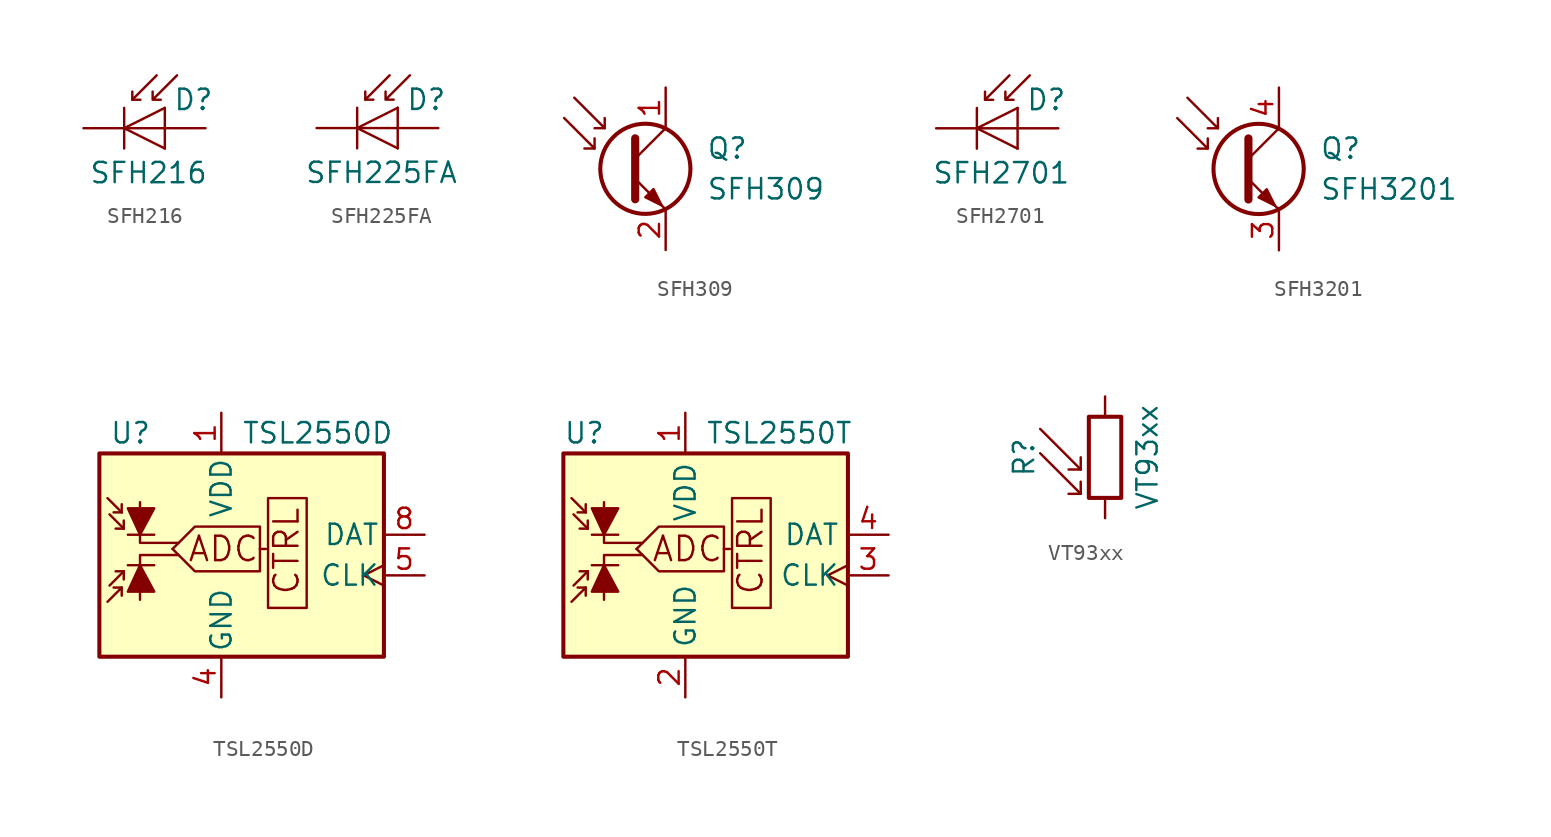
<source format=kicad_sym>
(kicad_symbol_lib
  (version 20241209)
  (generator "kicad_symbol_editor")
  (generator_version "9.0")
  (symbol "SFH216"
    (pin_numbers
      (hide yes))
    (pin_names
      (hide yes))
    (property "Reference" "D"
      (at 0.508 1.778 0)
      (effects (font (size 1.27 1.27)) (justify left)))
    (property "Value" "SFH216"
      (at -1.016 -2.794 0)
      (effects (font (size 1.27 1.27))))
    (symbol "SFH216_0_1"
      (polyline (pts (xy -2.54 1.27) (xy -2.54 -1.27)) (stroke (width 0.152) (type default)) (fill (type none)))
      (polyline (pts (xy -2.032 1.778) (xy -1.524 1.778)) (stroke (width 0) (type default)) (fill (type none)))
      (polyline (pts (xy -0.508 3.302) (xy -2.032 1.778) (xy -2.032 2.286)) (stroke (width 0) (type default)) (fill (type none)))
      (polyline (pts (xy 0 1.27) (xy -2.54 0) (xy 0 -1.27)) (stroke (width 0) (type default)) (fill (type none)))
      (polyline (pts (xy 0 0) (xy -2.54 0)) (stroke (width 0) (type default)) (fill (type none)))
      (polyline (pts (xy 0 -1.27) (xy 0 1.27)) (stroke (width 0) (type default)) (fill (type none)))
      (polyline (pts (xy 0.762 3.302) (xy -0.762 1.778) (xy -0.762 2.286) (xy -0.762 1.778) (xy -0.254 1.778)) (stroke (width 0) (type default)) (fill (type none))))
    (symbol "SFH216_1_1"
      (pin passive line (at -5.08 0 0) (length 2.54) (name "K" (effects (font (size 1.27 1.27)))) (number "1" (effects (font (size 1.27 1.27)))))
      (pin passive line (at 2.54 0 180) (length 2.54) (name "A" (effects (font (size 1.27 1.27)))) (number "2" (effects (font (size 1.27 1.27)))))))
  (symbol "SFH225FA"
    (pin_numbers
      (hide yes))
    (pin_names
      (hide yes))
    (property "Reference" "D"
      (at 0.508 1.778 0)
      (effects (font (size 1.27 1.27)) (justify left)))
    (property "Value" "SFH225FA"
      (at -1.016 -2.794 0)
      (effects (font (size 1.27 1.27))))
    (symbol "SFH225FA_0_1"
      (polyline (pts (xy -2.54 1.27) (xy -2.54 -1.27)) (stroke (width 0.152) (type default)) (fill (type none)))
      (polyline (pts (xy -2.032 1.778) (xy -1.524 1.778)) (stroke (width 0) (type default)) (fill (type none)))
      (polyline (pts (xy -0.508 3.302) (xy -2.032 1.778) (xy -2.032 2.286)) (stroke (width 0) (type default)) (fill (type none)))
      (polyline (pts (xy 0 1.27) (xy -2.54 0) (xy 0 -1.27)) (stroke (width 0) (type default)) (fill (type none)))
      (polyline (pts (xy 0 0) (xy -2.54 0)) (stroke (width 0) (type default)) (fill (type none)))
      (polyline (pts (xy 0 -1.27) (xy 0 1.27)) (stroke (width 0) (type default)) (fill (type none)))
      (polyline (pts (xy 0.762 3.302) (xy -0.762 1.778) (xy -0.762 2.286) (xy -0.762 1.778) (xy -0.254 1.778)) (stroke (width 0) (type default)) (fill (type none))))
    (symbol "SFH225FA_1_1"
      (pin passive line (at -5.08 0 0) (length 2.54) (name "K" (effects (font (size 1.27 1.27)))) (number "1" (effects (font (size 1.27 1.27)))))
      (pin passive line (at 2.54 0 180) (length 2.54) (name "A" (effects (font (size 1.27 1.27)))) (number "2" (effects (font (size 1.27 1.27)))))))
  (symbol "SFH309"
    (pin_names
      (offset 0)
      (hide yes))
    (property "Reference" "Q"
      (at 5.08 1.27 0)
      (effects (font (size 1.27 1.27)) (justify left)))
    (property "Value" "SFH309"
      (at 5.08 -1.27 0)
      (effects (font (size 1.27 1.27)) (justify left)))
    (symbol "SFH309_0_1"
      (polyline (pts (xy -3.81 3.175) (xy -1.905 1.27) (xy -1.905 1.905)) (stroke (width 0) (type default)) (fill (type none)))
      (polyline (pts (xy -3.175 4.445) (xy -1.27 2.54) (xy -1.27 3.175)) (stroke (width 0) (type default)) (fill (type none)))
      (polyline (pts (xy -1.905 1.27) (xy -2.54 1.27)) (stroke (width 0) (type default)) (fill (type none)))
      (polyline (pts (xy -1.27 2.54) (xy -1.905 2.54)) (stroke (width 0) (type default)) (fill (type none)))
      (polyline (pts (xy 0.635 1.905) (xy 0.635 -1.905) (xy 0.635 -1.905)) (stroke (width 0.508) (type default)) (fill (type none)))
      (polyline (pts (xy 0.635 0.635) (xy 2.54 2.54)) (stroke (width 0) (type default)) (fill (type none)))
      (polyline (pts (xy 0.635 -0.635) (xy 2.54 -2.54) (xy 2.54 -2.54)) (stroke (width 0) (type default)) (fill (type none)))
      (circle (center 1.27 0) (radius 2.819) (stroke (width 0.254) (type default)) (fill (type none)))
      (polyline (pts (xy 1.27 -1.778) (xy 1.778 -1.27) (xy 2.286 -2.286) (xy 1.27 -1.778) (xy 1.27 -1.778)) (stroke (width 0) (type default)) (fill (type outline))))
    (symbol "SFH309_1_1"
      (pin passive line (at 2.54 5.08 270) (length 2.54) (name "C" (effects (font (size 1.27 1.27)))) (number "1" (effects (font (size 1.27 1.27)))))
      (pin passive line (at 2.54 -5.08 90) (length 2.54) (name "E" (effects (font (size 1.27 1.27)))) (number "2" (effects (font (size 1.27 1.27)))))))
  (symbol "SFH2701"
    (pin_numbers
      (hide yes))
    (pin_names
      (offset 1.016)
      (hide yes))
    (property "Reference" "D"
      (at 0.508 1.778 0)
      (effects (font (size 1.27 1.27)) (justify left)))
    (property "Value" "SFH2701"
      (at -1.016 -2.794 0)
      (effects (font (size 1.27 1.27))))
    (symbol "SFH2701_0_1"
      (polyline (pts (xy -2.54 1.27) (xy -2.54 -1.27)) (stroke (width 0.152) (type default)) (fill (type none)))
      (polyline (pts (xy -2.032 1.778) (xy -1.524 1.778)) (stroke (width 0) (type default)) (fill (type none)))
      (polyline (pts (xy -0.508 3.302) (xy -2.032 1.778) (xy -2.032 2.286)) (stroke (width 0) (type default)) (fill (type none)))
      (polyline (pts (xy 0 1.27) (xy 0 -1.27)) (stroke (width 0) (type default)) (fill (type none)))
      (polyline (pts (xy 0 1.27) (xy -2.54 0) (xy 0 -1.27)) (stroke (width 0) (type default)) (fill (type none)))
      (polyline (pts (xy 0 0) (xy -2.54 0)) (stroke (width 0) (type default)) (fill (type none)))
      (polyline (pts (xy 0.762 3.302) (xy -0.762 1.778) (xy -0.762 2.286) (xy -0.762 1.778) (xy -0.254 1.778)) (stroke (width 0) (type default)) (fill (type none))))
    (symbol "SFH2701_1_1"
      (pin passive line (at -5.08 0 0) (length 2.54) (name "K" (effects (font (size 1.27 1.27)))) (number "1" (effects (font (size 1.27 1.27)))))
      (pin passive line (at 2.54 0 180) (length 2.54) (name "A" (effects (font (size 1.27 1.27)))) (number "2" (effects (font (size 1.27 1.27)))))))
  (symbol "SFH3201"
    (pin_names
      (hide yes))
    (property "Reference" "Q"
      (at 2.54 1.27 0)
      (effects (font (size 1.27 1.27)) (justify left)))
    (property "Value" "SFH3201"
      (at 2.54 -1.27 0)
      (effects (font (size 1.27 1.27)) (justify left)))
    (symbol "SFH3201_0_1"
      (polyline (pts (xy -6.35 3.175) (xy -4.445 1.27) (xy -4.445 1.905)) (stroke (width 0) (type default)) (fill (type none)))
      (polyline (pts (xy -5.715 4.445) (xy -3.81 2.54) (xy -3.81 3.175)) (stroke (width 0) (type default)) (fill (type none)))
      (polyline (pts (xy -4.445 1.27) (xy -5.08 1.27)) (stroke (width 0) (type default)) (fill (type none)))
      (polyline (pts (xy -3.81 2.54) (xy -4.445 2.54)) (stroke (width 0) (type default)) (fill (type none)))
      (polyline (pts (xy -1.905 1.905) (xy -1.905 -1.905) (xy -1.905 -1.905)) (stroke (width 0.508) (type default)) (fill (type none)))
      (polyline (pts (xy -1.905 0.635) (xy 0 2.54)) (stroke (width 0) (type default)) (fill (type none)))
      (polyline (pts (xy -1.905 -0.635) (xy 0 -2.54) (xy 0 -2.54)) (stroke (width 0) (type default)) (fill (type none)))
      (circle (center -1.27 0) (radius 2.819) (stroke (width 0.254) (type default)) (fill (type none)))
      (polyline (pts (xy -1.27 -1.778) (xy -0.762 -1.27) (xy -0.254 -2.286) (xy -1.27 -1.778) (xy -1.27 -1.778)) (stroke (width 0) (type default)) (fill (type outline))))
    (symbol "SFH3201_1_1"
      (pin passive line (at 0 5.08 270) (length 2.54) (name "C" (effects (font (size 1.27 1.27)))) (number "4" (effects (font (size 1.27 1.27)))))
      (pin passive line (at 0 -5.08 90) (length 2.54) (name "E" (effects (font (size 1.27 1.27)))) (number "3" (effects (font (size 1.27 1.27)))))))
  (symbol "TSL2550D"
    (pin_names
      (offset 0.254))
    (property "Reference" "U"
      (at -6.985 6.35 0)
      (effects (font (size 1.27 1.27)) (justify left)))
    (property "Value" "TSL2550D"
      (at 1.27 6.35 0)
      (effects (font (size 1.27 1.27)) (justify left)))
    (symbol "TSL2550D_0_0"
      (polyline (pts (xy -5.08 2.032) (xy -5.08 -0.508) (xy -2.667 -0.508)) (stroke (width 0) (type default)) (fill (type none)))
      (polyline (pts (xy -5.08 -4.064) (xy -5.08 -1.27) (xy -2.667 -1.27)) (stroke (width 0) (type default)) (fill (type none)))
      (polyline (pts (xy -3.048 -0.889) (xy -1.651 0.508) (xy 2.413 0.508) (xy 2.413 -0.889)) (stroke (width 0) (type default)) (fill (type none)))
      (polyline (pts (xy -3.048 -0.889) (xy -1.651 -2.286) (xy 2.413 -2.286) (xy 2.413 -0.889)) (stroke (width 0) (type default)) (fill (type none)))
      (polyline (pts (xy 2.413 -0.889) (xy 2.794 -0.889)) (stroke (width 0) (type default)) (fill (type none)))
      (rectangle (start 2.921 2.286) (end 5.334 -4.572) (stroke (width 0) (type default)) (fill (type none)))
      (text "ADC" (at 0.127 -0.889 0) (effects (font (size 1.524 1.524))))
      (text "CTRL" (at 4.064 -1.016 900) (effects (font (size 1.524 1.524)))))
    (symbol "TSL2550D_0_1"
      (polyline (pts (xy -6.223 1.397) (xy -7.112 2.286)) (stroke (width 0) (type default)) (fill (type none)))
      (polyline (pts (xy -6.223 1.397) (xy -6.731 1.397)) (stroke (width 0) (type default)) (fill (type none)))
      (polyline (pts (xy -6.223 1.397) (xy -6.223 1.905)) (stroke (width 0) (type default)) (fill (type none)))
      (polyline (pts (xy -6.223 -3.302) (xy -7.112 -4.191)) (stroke (width 0) (type default)) (fill (type none)))
      (polyline (pts (xy -6.223 -3.302) (xy -6.731 -3.302)) (stroke (width 0) (type default)) (fill (type none)))
      (polyline (pts (xy -6.223 -3.302) (xy -6.223 -3.81)) (stroke (width 0) (type default)) (fill (type none)))
      (polyline (pts (xy -6.096 0.381) (xy -6.985 1.27)) (stroke (width 0) (type default)) (fill (type none)))
      (polyline (pts (xy -6.096 0.381) (xy -6.604 0.381)) (stroke (width 0) (type default)) (fill (type none)))
      (polyline (pts (xy -6.096 0.381) (xy -6.096 0.889)) (stroke (width 0) (type default)) (fill (type none)))
      (polyline (pts (xy -6.096 -2.286) (xy -6.985 -3.175)) (stroke (width 0) (type default)) (fill (type none)))
      (polyline (pts (xy -6.096 -2.286) (xy -6.604 -2.286)) (stroke (width 0) (type default)) (fill (type none)))
      (polyline (pts (xy -6.096 -2.286) (xy -6.096 -2.794)) (stroke (width 0) (type default)) (fill (type none)))
      (polyline (pts (xy -5.842 1.651) (xy -4.191 1.651) (xy -5.08 0) (xy -5.842 1.651)) (stroke (width 0) (type default)) (fill (type outline)))
      (polyline (pts (xy -5.842 0) (xy -4.191 0)) (stroke (width 0) (type default)) (fill (type none)))
      (polyline (pts (xy -5.842 -1.905) (xy -4.191 -1.905)) (stroke (width 0) (type default)) (fill (type none)))
      (polyline (pts (xy -5.842 -3.556) (xy -4.191 -3.556) (xy -5.08 -1.905) (xy -5.842 -3.556)) (stroke (width 0) (type default)) (fill (type outline)))
      (rectangle (start 10.16 5.08) (end -7.62 -7.62) (stroke (width 0.254) (type default)) (fill (type background))))
    (symbol "TSL2550D_1_1"
      (pin no_connect line (at -7.62 2.54 0) (length 2.54) (hide yes) (name "NC" (effects (font (size 1.27 1.27)))) (number "2" (effects (font (size 1.27 1.27)))))
      (pin no_connect line (at -7.62 0 0) (length 2.54) (hide yes) (name "NC" (effects (font (size 1.27 1.27)))) (number "3" (effects (font (size 1.27 1.27)))))
      (pin no_connect line (at -7.62 -2.54 0) (length 2.54) (hide yes) (name "NC" (effects (font (size 1.27 1.27)))) (number "6" (effects (font (size 1.27 1.27)))))
      (pin no_connect line (at -7.62 -5.08 0) (length 2.54) (hide yes) (name "NC" (effects (font (size 1.27 1.27)))) (number "7" (effects (font (size 1.27 1.27)))))
      (pin power_in line (at 0 7.62 270) (length 2.54) (name "VDD" (effects (font (size 1.27 1.27)))) (number "1" (effects (font (size 1.27 1.27)))))
      (pin power_in line (at 0 -10.16 90) (length 2.54) (name "GND" (effects (font (size 1.27 1.27)))) (number "4" (effects (font (size 1.27 1.27)))))
      (pin bidirectional line (at 12.7 0 180) (length 2.54) (name "DAT" (effects (font (size 1.27 1.27)))) (number "8" (effects (font (size 1.27 1.27)))))
      (pin input clock (at 12.7 -2.54 180) (length 2.54) (name "CLK" (effects (font (size 1.27 1.27)))) (number "5" (effects (font (size 1.27 1.27)))))))
  (symbol "TSL2550T"
    (property "Reference" "U"
      (at -7.62 6.35 0)
      (effects (font (size 1.27 1.27)) (justify left)))
    (property "Value" "TSL2550T"
      (at 1.27 6.35 0)
      (effects (font (size 1.27 1.27)) (justify left)))
    (symbol "TSL2550T_0_0"
      (polyline (pts (xy -5.08 2.032) (xy -5.08 -0.508) (xy -2.667 -0.508)) (stroke (width 0) (type default)) (fill (type none)))
      (polyline (pts (xy -5.08 -4.064) (xy -5.08 -1.27) (xy -2.667 -1.27)) (stroke (width 0) (type default)) (fill (type none)))
      (polyline (pts (xy -3.048 -0.889) (xy -1.651 0.508) (xy 2.413 0.508) (xy 2.413 -0.889)) (stroke (width 0) (type default)) (fill (type none)))
      (polyline (pts (xy -3.048 -0.889) (xy -1.651 -2.286) (xy 2.413 -2.286) (xy 2.413 -0.889)) (stroke (width 0) (type default)) (fill (type none)))
      (polyline (pts (xy 2.413 -0.889) (xy 2.794 -0.889)) (stroke (width 0) (type default)) (fill (type none)))
      (rectangle (start 2.921 2.286) (end 5.334 -4.572) (stroke (width 0) (type default)) (fill (type none)))
      (text "ADC" (at 0.127 -0.889 0) (effects (font (size 1.524 1.524))))
      (text "CTRL" (at 4.064 -1.016 900) (effects (font (size 1.524 1.524)))))
    (symbol "TSL2550T_0_1"
      (polyline (pts (xy -6.223 1.397) (xy -7.112 2.286)) (stroke (width 0) (type default)) (fill (type none)))
      (polyline (pts (xy -6.223 1.397) (xy -6.731 1.397)) (stroke (width 0) (type default)) (fill (type none)))
      (polyline (pts (xy -6.223 1.397) (xy -6.223 1.905)) (stroke (width 0) (type default)) (fill (type none)))
      (polyline (pts (xy -6.223 -3.302) (xy -7.112 -4.191)) (stroke (width 0) (type default)) (fill (type none)))
      (polyline (pts (xy -6.223 -3.302) (xy -6.731 -3.302)) (stroke (width 0) (type default)) (fill (type none)))
      (polyline (pts (xy -6.223 -3.302) (xy -6.223 -3.81)) (stroke (width 0) (type default)) (fill (type none)))
      (polyline (pts (xy -6.096 0.381) (xy -6.985 1.27)) (stroke (width 0) (type default)) (fill (type none)))
      (polyline (pts (xy -6.096 0.381) (xy -6.604 0.381)) (stroke (width 0) (type default)) (fill (type none)))
      (polyline (pts (xy -6.096 0.381) (xy -6.096 0.889)) (stroke (width 0) (type default)) (fill (type none)))
      (polyline (pts (xy -6.096 -2.286) (xy -6.985 -3.175)) (stroke (width 0) (type default)) (fill (type none)))
      (polyline (pts (xy -6.096 -2.286) (xy -6.604 -2.286)) (stroke (width 0) (type default)) (fill (type none)))
      (polyline (pts (xy -6.096 -2.286) (xy -6.096 -2.794)) (stroke (width 0) (type default)) (fill (type none)))
      (polyline (pts (xy -5.842 1.651) (xy -4.191 1.651) (xy -5.08 0) (xy -5.842 1.651)) (stroke (width 0) (type default)) (fill (type outline)))
      (polyline (pts (xy -5.842 0) (xy -4.191 0)) (stroke (width 0) (type default)) (fill (type none)))
      (polyline (pts (xy -5.842 -1.905) (xy -4.191 -1.905)) (stroke (width 0) (type default)) (fill (type none)))
      (polyline (pts (xy -5.842 -3.556) (xy -4.191 -3.556) (xy -5.08 -1.905) (xy -5.842 -3.556)) (stroke (width 0) (type default)) (fill (type outline)))
      (rectangle (start 10.16 5.08) (end -7.62 -7.62) (stroke (width 0.254) (type default)) (fill (type background))))
    (symbol "TSL2550T_1_1"
      (pin power_in line (at 0 7.62 270) (length 2.54) (name "VDD" (effects (font (size 1.27 1.27)))) (number "1" (effects (font (size 1.27 1.27)))))
      (pin power_in line (at 0 -10.16 90) (length 2.54) (name "GND" (effects (font (size 1.27 1.27)))) (number "2" (effects (font (size 1.27 1.27)))))
      (pin bidirectional line (at 12.7 0 180) (length 2.54) (name "DAT" (effects (font (size 1.27 1.27)))) (number "4" (effects (font (size 1.27 1.27)))))
      (pin input clock (at 12.7 -2.54 180) (length 2.54) (name "CLK" (effects (font (size 1.27 1.27)))) (number "3" (effects (font (size 1.27 1.27)))))))
  (symbol "VT93xx"
    (pin_numbers
      (hide yes))
    (pin_names
      (offset 0))
    (property "Reference" "R"
      (at -5.08 0 90)
      (effects (font (size 1.27 1.27))))
    (property "Value" "VT93xx"
      (at 1.905 0 90)
      (effects (font (size 1.27 1.27)) (justify top)))
    (symbol "VT93xx_0_1"
      (polyline (pts (xy -1.524 -0.762) (xy -4.064 1.778)) (stroke (width 0) (type default)) (fill (type none)))
      (polyline (pts (xy -1.524 -0.762) (xy -2.286 -0.762)) (stroke (width 0) (type default)) (fill (type none)))
      (polyline (pts (xy -1.524 -0.762) (xy -1.524 0)) (stroke (width 0) (type default)) (fill (type none)))
      (polyline (pts (xy -1.524 -2.286) (xy -4.064 0.254)) (stroke (width 0) (type default)) (fill (type none)))
      (polyline (pts (xy -1.524 -2.286) (xy -2.286 -2.286)) (stroke (width 0) (type default)) (fill (type none)))
      (polyline (pts (xy -1.524 -2.286) (xy -1.524 -1.524)) (stroke (width 0) (type default)) (fill (type none)))
      (rectangle (start -1.016 2.54) (end 1.016 -2.54) (stroke (width 0.254) (type default)) (fill (type none))))
    (symbol "VT93xx_1_1"
      (pin passive line (at 0 3.81 270) (length 1.27) (name "~" (effects (font (size 1.27 1.27)))) (number "1" (effects (font (size 1.27 1.27)))))
      (pin passive line (at 0 -3.81 90) (length 1.27) (name "~" (effects (font (size 1.27 1.27)))) (number "2" (effects (font (size 1.27 1.27))))))))
</source>
